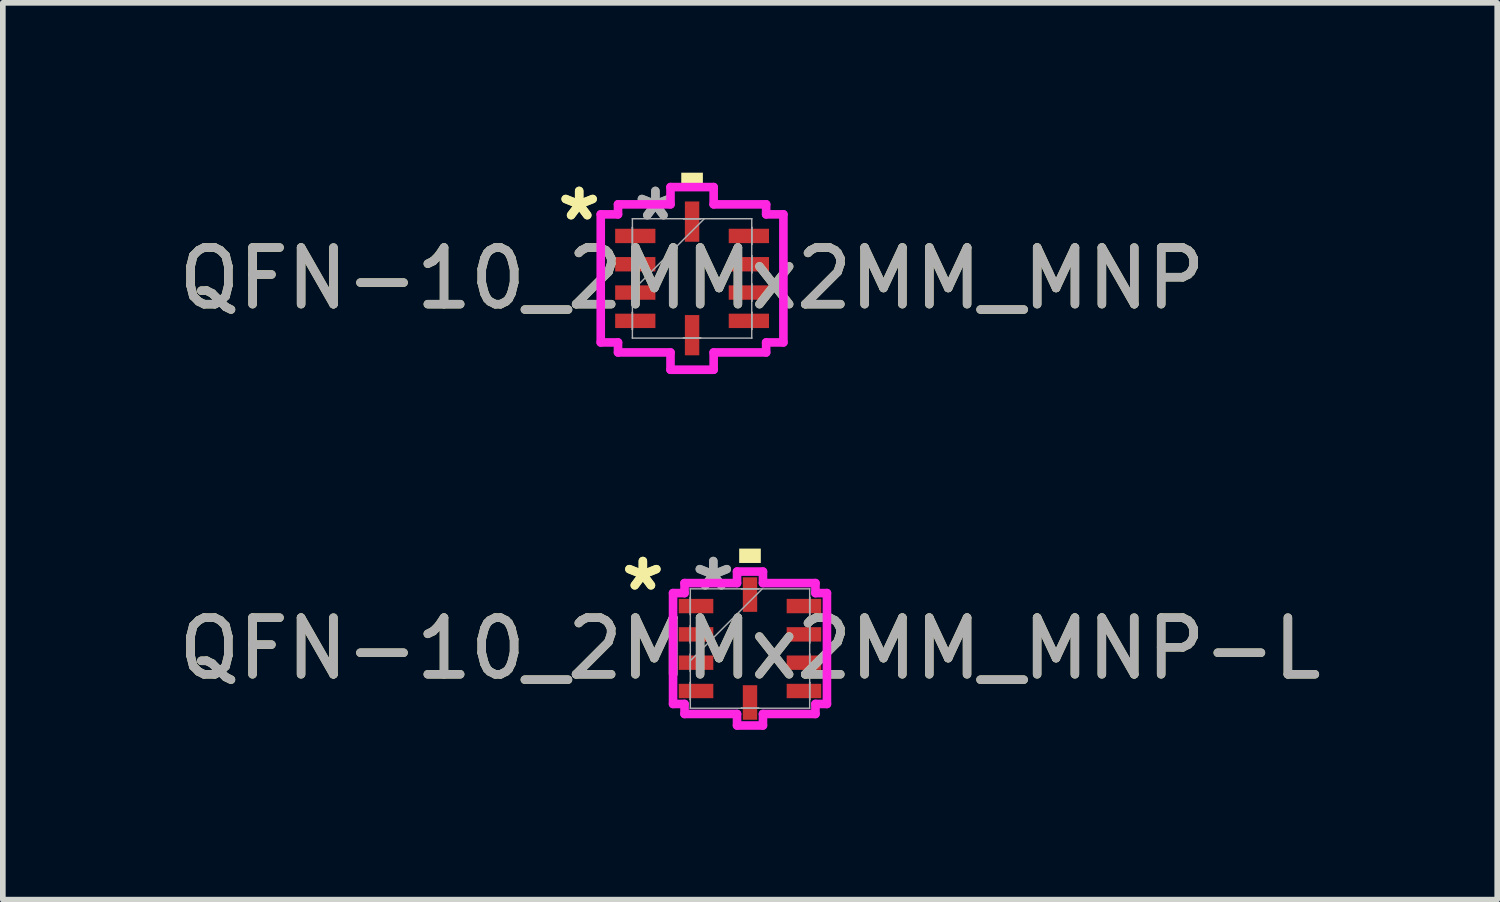
<source format=kicad_pcb>
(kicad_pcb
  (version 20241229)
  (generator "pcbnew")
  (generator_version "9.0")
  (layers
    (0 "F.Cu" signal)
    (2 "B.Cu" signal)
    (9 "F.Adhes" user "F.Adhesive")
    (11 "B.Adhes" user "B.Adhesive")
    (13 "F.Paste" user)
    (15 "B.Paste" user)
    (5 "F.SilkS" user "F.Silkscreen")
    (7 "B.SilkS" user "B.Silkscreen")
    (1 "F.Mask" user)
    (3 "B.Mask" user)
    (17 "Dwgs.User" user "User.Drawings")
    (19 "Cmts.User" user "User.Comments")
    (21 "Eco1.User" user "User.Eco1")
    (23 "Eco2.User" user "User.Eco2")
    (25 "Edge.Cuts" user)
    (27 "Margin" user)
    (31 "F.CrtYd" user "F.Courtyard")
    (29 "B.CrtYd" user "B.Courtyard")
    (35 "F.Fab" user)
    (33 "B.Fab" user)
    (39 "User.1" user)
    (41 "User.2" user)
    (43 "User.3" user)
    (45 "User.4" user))
  (footprint "QFN-10_2MMx2MM_MNP"
    (layer "F.Cu")
    (at 9.173 1.867)
    (property "Reference" "QFN-10_2MMx2MM_MNP" (at 0 0 0) (unlocked yes) (layer "F.SilkS") (effects (font (size 1 1) (thickness 0.15))))
    (attr smd)
    (fp_poly (pts (xy -0.191 -1.613) (xy -0.191 -1.867) (xy 0.191 -1.867) (xy 0.191 -1.613)) (stroke (width 0) (type solid)) (fill yes) (layer "F.SilkS"))
    (fp_line (start -1.613 -1.131) (end -1.308 -1.131) (stroke (width 0.152) (type solid)) (layer "F.CrtYd"))
    (fp_line (start -1.613 1.131) (end -1.613 -1.131) (stroke (width 0.152) (type solid)) (layer "F.CrtYd"))
    (fp_line (start -1.308 -1.308) (end -0.381 -1.308) (stroke (width 0.152) (type solid)) (layer "F.CrtYd"))
    (fp_line (start -1.308 -1.131) (end -1.308 -1.308) (stroke (width 0.152) (type solid)) (layer "F.CrtYd"))
    (fp_line (start -1.308 1.131) (end -1.613 1.131) (stroke (width 0.152) (type solid)) (layer "F.CrtYd"))
    (fp_line (start -1.308 1.308) (end -1.308 1.131) (stroke (width 0.152) (type solid)) (layer "F.CrtYd"))
    (fp_line (start -0.381 -1.613) (end 0.381 -1.613) (stroke (width 0.152) (type solid)) (layer "F.CrtYd"))
    (fp_line (start -0.381 -1.308) (end -0.381 -1.613) (stroke (width 0.152) (type solid)) (layer "F.CrtYd"))
    (fp_line (start -0.381 1.308) (end -1.308 1.308) (stroke (width 0.152) (type solid)) (layer "F.CrtYd"))
    (fp_line (start -0.381 1.613) (end -0.381 1.308) (stroke (width 0.152) (type solid)) (layer "F.CrtYd"))
    (fp_line (start 0.381 -1.613) (end 0.381 -1.308) (stroke (width 0.152) (type solid)) (layer "F.CrtYd"))
    (fp_line (start 0.381 -1.308) (end 1.308 -1.308) (stroke (width 0.152) (type solid)) (layer "F.CrtYd"))
    (fp_line (start 0.381 1.308) (end 0.381 1.613) (stroke (width 0.152) (type solid)) (layer "F.CrtYd"))
    (fp_line (start 0.381 1.613) (end -0.381 1.613) (stroke (width 0.152) (type solid)) (layer "F.CrtYd"))
    (fp_line (start 1.308 -1.308) (end 1.308 -1.131) (stroke (width 0.152) (type solid)) (layer "F.CrtYd"))
    (fp_line (start 1.308 -1.131) (end 1.613 -1.131) (stroke (width 0.152) (type solid)) (layer "F.CrtYd"))
    (fp_line (start 1.308 1.131) (end 1.308 1.308) (stroke (width 0.152) (type solid)) (layer "F.CrtYd"))
    (fp_line (start 1.308 1.308) (end 0.381 1.308) (stroke (width 0.152) (type solid)) (layer "F.CrtYd"))
    (fp_line (start 1.613 -1.131) (end 1.613 1.131) (stroke (width 0.152) (type solid)) (layer "F.CrtYd"))
    (fp_line (start 1.613 1.131) (end 1.308 1.131) (stroke (width 0.152) (type solid)) (layer "F.CrtYd"))
    (fp_line (start -1.054 -1.054) (end -1.054 -1.054) (stroke (width 0.025) (type solid)) (layer "F.Fab"))
    (fp_line (start -1.054 -1.054) (end -1.054 1.054) (stroke (width 0.025) (type solid)) (layer "F.Fab"))
    (fp_line (start -1.054 -0.902) (end -1.054 -0.902) (stroke (width 0.025) (type solid)) (layer "F.Fab"))
    (fp_line (start -1.054 -0.902) (end -1.054 -0.598) (stroke (width 0.025) (type solid)) (layer "F.Fab"))
    (fp_line (start -1.054 -0.598) (end -1.054 -0.902) (stroke (width 0.025) (type solid)) (layer "F.Fab"))
    (fp_line (start -1.054 -0.598) (end -1.054 -0.598) (stroke (width 0.025) (type solid)) (layer "F.Fab"))
    (fp_line (start -1.054 -0.402) (end -1.054 -0.402) (stroke (width 0.025) (type solid)) (layer "F.Fab"))
    (fp_line (start -1.054 -0.402) (end -1.054 -0.098) (stroke (width 0.025) (type solid)) (layer "F.Fab"))
    (fp_line (start -1.054 -0.098) (end -1.054 -0.402) (stroke (width 0.025) (type solid)) (layer "F.Fab"))
    (fp_line (start -1.054 -0.098) (end -1.054 -0.098) (stroke (width 0.025) (type solid)) (layer "F.Fab"))
    (fp_line (start -1.054 0.098) (end -1.054 0.098) (stroke (width 0.025) (type solid)) (layer "F.Fab"))
    (fp_line (start -1.054 0.098) (end -1.054 0.402) (stroke (width 0.025) (type solid)) (layer "F.Fab"))
    (fp_line (start -1.054 0.216) (end 0.216 -1.054) (stroke (width 0.025) (type solid)) (layer "F.Fab"))
    (fp_line (start -1.054 0.402) (end -1.054 0.098) (stroke (width 0.025) (type solid)) (layer "F.Fab"))
    (fp_line (start -1.054 0.402) (end -1.054 0.402) (stroke (width 0.025) (type solid)) (layer "F.Fab"))
    (fp_line (start -1.054 0.598) (end -1.054 0.598) (stroke (width 0.025) (type solid)) (layer "F.Fab"))
    (fp_line (start -1.054 0.598) (end -1.054 0.902) (stroke (width 0.025) (type solid)) (layer "F.Fab"))
    (fp_line (start -1.054 0.902) (end -1.054 0.598) (stroke (width 0.025) (type solid)) (layer "F.Fab"))
    (fp_line (start -1.054 0.902) (end -1.054 0.902) (stroke (width 0.025) (type solid)) (layer "F.Fab"))
    (fp_line (start -1.054 1.054) (end -1.054 1.054) (stroke (width 0.025) (type solid)) (layer "F.Fab"))
    (fp_line (start -1.054 1.054) (end 1.054 1.054) (stroke (width 0.025) (type solid)) (layer "F.Fab"))
    (fp_line (start -0.152 -1.054) (end -0.152 -1.054) (stroke (width 0.025) (type solid)) (layer "F.Fab"))
    (fp_line (start -0.152 -1.054) (end 0.152 -1.054) (stroke (width 0.025) (type solid)) (layer "F.Fab"))
    (fp_line (start -0.152 1.054) (end -0.152 1.054) (stroke (width 0.025) (type solid)) (layer "F.Fab"))
    (fp_line (start -0.152 1.054) (end 0.152 1.054) (stroke (width 0.025) (type solid)) (layer "F.Fab"))
    (fp_line (start 0.152 -1.054) (end -0.152 -1.054) (stroke (width 0.025) (type solid)) (layer "F.Fab"))
    (fp_line (start 0.152 -1.054) (end 0.152 -1.054) (stroke (width 0.025) (type solid)) (layer "F.Fab"))
    (fp_line (start 0.152 1.054) (end -0.152 1.054) (stroke (width 0.025) (type solid)) (layer "F.Fab"))
    (fp_line (start 0.152 1.054) (end 0.152 1.054) (stroke (width 0.025) (type solid)) (layer "F.Fab"))
    (fp_line (start 1.054 -1.054) (end -1.054 -1.054) (stroke (width 0.025) (type solid)) (layer "F.Fab"))
    (fp_line (start 1.054 -1.054) (end 1.054 -1.054) (stroke (width 0.025) (type solid)) (layer "F.Fab"))
    (fp_line (start 1.054 -0.902) (end 1.054 -0.902) (stroke (width 0.025) (type solid)) (layer "F.Fab"))
    (fp_line (start 1.054 -0.902) (end 1.054 -0.598) (stroke (width 0.025) (type solid)) (layer "F.Fab"))
    (fp_line (start 1.054 -0.598) (end 1.054 -0.902) (stroke (width 0.025) (type solid)) (layer "F.Fab"))
    (fp_line (start 1.054 -0.598) (end 1.054 -0.598) (stroke (width 0.025) (type solid)) (layer "F.Fab"))
    (fp_line (start 1.054 -0.402) (end 1.054 -0.402) (stroke (width 0.025) (type solid)) (layer "F.Fab"))
    (fp_line (start 1.054 -0.402) (end 1.054 -0.098) (stroke (width 0.025) (type solid)) (layer "F.Fab"))
    (fp_line (start 1.054 -0.098) (end 1.054 -0.402) (stroke (width 0.025) (type solid)) (layer "F.Fab"))
    (fp_line (start 1.054 -0.098) (end 1.054 -0.098) (stroke (width 0.025) (type solid)) (layer "F.Fab"))
    (fp_line (start 1.054 0.098) (end 1.054 0.098) (stroke (width 0.025) (type solid)) (layer "F.Fab"))
    (fp_line (start 1.054 0.098) (end 1.054 0.402) (stroke (width 0.025) (type solid)) (layer "F.Fab"))
    (fp_line (start 1.054 0.402) (end 1.054 0.098) (stroke (width 0.025) (type solid)) (layer "F.Fab"))
    (fp_line (start 1.054 0.402) (end 1.054 0.402) (stroke (width 0.025) (type solid)) (layer "F.Fab"))
    (fp_line (start 1.054 0.598) (end 1.054 0.598) (stroke (width 0.025) (type solid)) (layer "F.Fab"))
    (fp_line (start 1.054 0.598) (end 1.054 0.902) (stroke (width 0.025) (type solid)) (layer "F.Fab"))
    (fp_line (start 1.054 0.902) (end 1.054 0.598) (stroke (width 0.025) (type solid)) (layer "F.Fab"))
    (fp_line (start 1.054 0.902) (end 1.054 0.902) (stroke (width 0.025) (type solid)) (layer "F.Fab"))
    (fp_line (start 1.054 1.054) (end 1.054 -1.054) (stroke (width 0.025) (type solid)) (layer "F.Fab"))
    (fp_line (start 1.054 1.054) (end 1.054 1.054) (stroke (width 0.025) (type solid)) (layer "F.Fab"))
    (fp_text user "*" (at -1.994 -1 0) (layer "F.SilkS") (effects (font (size 1 1) (thickness 0.15))))
    (fp_text user "*" (at -1.994 -1 0) (unlocked yes) (layer "F.SilkS") (effects (font (size 1 1) (thickness 0.15))))
    (fp_text user "*" (at -0.648 -1 0) (layer "F.Fab") (effects (font (size 1 1) (thickness 0.15))))
    (fp_text user "*" (at -0.648 -1 0) (unlocked yes) (layer "F.Fab") (effects (font (size 1 1) (thickness 0.15))))
    (fp_text user "${REFERENCE}" (at 0 0 0) (unlocked yes) (layer "F.Fab") (effects (font (size 1 1) (thickness 0.15))))
    (pad "1" smd rect (at -1.003 -0.75 90) (size 0.254 0.711) (layers "F.Cu" "F.Mask" "F.Paste"))
    (pad "2" smd rect (at -1.003 -0.25 90) (size 0.254 0.711) (layers "F.Cu" "F.Mask" "F.Paste"))
    (pad "3" smd rect (at -1.003 0.25 90) (size 0.254 0.711) (layers "F.Cu" "F.Mask" "F.Paste"))
    (pad "4" smd rect (at -1.003 0.75 90) (size 0.254 0.711) (layers "F.Cu" "F.Mask" "F.Paste"))
    (pad "5" smd rect (at 0 1.003) (size 0.254 0.711) (layers "F.Cu" "F.Mask" "F.Paste"))
    (pad "6" smd rect (at 1.003 0.75 90) (size 0.254 0.711) (layers "F.Cu" "F.Mask" "F.Paste"))
    (pad "7" smd rect (at 1.003 0.25 90) (size 0.254 0.711) (layers "F.Cu" "F.Mask" "F.Paste"))
    (pad "8" smd rect (at 1.003 -0.25 90) (size 0.254 0.711) (layers "F.Cu" "F.Mask" "F.Paste"))
    (pad "9" smd rect (at 1.003 -0.75 90) (size 0.254 0.711) (layers "F.Cu" "F.Mask" "F.Paste"))
    (pad "10" smd rect (at 0 -1.003) (size 0.254 0.711) (layers "F.Cu" "F.Mask" "F.Paste")))
  (footprint "QFN-10_2MMx2MM_MNP-L"
    (layer "F.Cu")
    (at 10.196 8.404)
    (property "Reference" "QFN-10_2MMx2MM_MNP-L" (at 0 0 0) (unlocked yes) (layer "F.SilkS") (effects (font (size 1 1) (thickness 0.15))))
    (attr smd)
    (fp_poly (pts (xy -0.191 -1.511) (xy -0.191 -1.765) (xy 0.191 -1.765) (xy 0.191 -1.511)) (stroke (width 0) (type solid)) (fill yes) (layer "F.SilkS"))
    (fp_line (start -1.359 -0.979) (end -1.156 -0.979) (stroke (width 0.152) (type solid)) (layer "F.CrtYd"))
    (fp_line (start -1.359 0.979) (end -1.359 -0.979) (stroke (width 0.152) (type solid)) (layer "F.CrtYd"))
    (fp_line (start -1.156 -1.156) (end -0.229 -1.156) (stroke (width 0.152) (type solid)) (layer "F.CrtYd"))
    (fp_line (start -1.156 -0.979) (end -1.156 -1.156) (stroke (width 0.152) (type solid)) (layer "F.CrtYd"))
    (fp_line (start -1.156 0.979) (end -1.359 0.979) (stroke (width 0.152) (type solid)) (layer "F.CrtYd"))
    (fp_line (start -1.156 1.156) (end -1.156 0.979) (stroke (width 0.152) (type solid)) (layer "F.CrtYd"))
    (fp_line (start -0.229 -1.359) (end 0.229 -1.359) (stroke (width 0.152) (type solid)) (layer "F.CrtYd"))
    (fp_line (start -0.229 -1.156) (end -0.229 -1.359) (stroke (width 0.152) (type solid)) (layer "F.CrtYd"))
    (fp_line (start -0.229 1.156) (end -1.156 1.156) (stroke (width 0.152) (type solid)) (layer "F.CrtYd"))
    (fp_line (start -0.229 1.359) (end -0.229 1.156) (stroke (width 0.152) (type solid)) (layer "F.CrtYd"))
    (fp_line (start 0.229 -1.359) (end 0.229 -1.156) (stroke (width 0.152) (type solid)) (layer "F.CrtYd"))
    (fp_line (start 0.229 -1.156) (end 1.156 -1.156) (stroke (width 0.152) (type solid)) (layer "F.CrtYd"))
    (fp_line (start 0.229 1.156) (end 0.229 1.359) (stroke (width 0.152) (type solid)) (layer "F.CrtYd"))
    (fp_line (start 0.229 1.359) (end -0.229 1.359) (stroke (width 0.152) (type solid)) (layer "F.CrtYd"))
    (fp_line (start 1.156 -1.156) (end 1.156 -0.979) (stroke (width 0.152) (type solid)) (layer "F.CrtYd"))
    (fp_line (start 1.156 -0.979) (end 1.359 -0.979) (stroke (width 0.152) (type solid)) (layer "F.CrtYd"))
    (fp_line (start 1.156 0.979) (end 1.156 1.156) (stroke (width 0.152) (type solid)) (layer "F.CrtYd"))
    (fp_line (start 1.156 1.156) (end 0.229 1.156) (stroke (width 0.152) (type solid)) (layer "F.CrtYd"))
    (fp_line (start 1.359 -0.979) (end 1.359 0.979) (stroke (width 0.152) (type solid)) (layer "F.CrtYd"))
    (fp_line (start 1.359 0.979) (end 1.156 0.979) (stroke (width 0.152) (type solid)) (layer "F.CrtYd"))
    (fp_line (start -1.054 -1.054) (end -1.054 -1.054) (stroke (width 0.025) (type solid)) (layer "F.Fab"))
    (fp_line (start -1.054 -1.054) (end -1.054 1.054) (stroke (width 0.025) (type solid)) (layer "F.Fab"))
    (fp_line (start -1.054 -0.902) (end -1.054 -0.902) (stroke (width 0.025) (type solid)) (layer "F.Fab"))
    (fp_line (start -1.054 -0.902) (end -1.054 -0.598) (stroke (width 0.025) (type solid)) (layer "F.Fab"))
    (fp_line (start -1.054 -0.598) (end -1.054 -0.902) (stroke (width 0.025) (type solid)) (layer "F.Fab"))
    (fp_line (start -1.054 -0.598) (end -1.054 -0.598) (stroke (width 0.025) (type solid)) (layer "F.Fab"))
    (fp_line (start -1.054 -0.402) (end -1.054 -0.402) (stroke (width 0.025) (type solid)) (layer "F.Fab"))
    (fp_line (start -1.054 -0.402) (end -1.054 -0.098) (stroke (width 0.025) (type solid)) (layer "F.Fab"))
    (fp_line (start -1.054 -0.098) (end -1.054 -0.402) (stroke (width 0.025) (type solid)) (layer "F.Fab"))
    (fp_line (start -1.054 -0.098) (end -1.054 -0.098) (stroke (width 0.025) (type solid)) (layer "F.Fab"))
    (fp_line (start -1.054 0.098) (end -1.054 0.098) (stroke (width 0.025) (type solid)) (layer "F.Fab"))
    (fp_line (start -1.054 0.098) (end -1.054 0.402) (stroke (width 0.025) (type solid)) (layer "F.Fab"))
    (fp_line (start -1.054 0.216) (end 0.216 -1.054) (stroke (width 0.025) (type solid)) (layer "F.Fab"))
    (fp_line (start -1.054 0.402) (end -1.054 0.098) (stroke (width 0.025) (type solid)) (layer "F.Fab"))
    (fp_line (start -1.054 0.402) (end -1.054 0.402) (stroke (width 0.025) (type solid)) (layer "F.Fab"))
    (fp_line (start -1.054 0.598) (end -1.054 0.598) (stroke (width 0.025) (type solid)) (layer "F.Fab"))
    (fp_line (start -1.054 0.598) (end -1.054 0.902) (stroke (width 0.025) (type solid)) (layer "F.Fab"))
    (fp_line (start -1.054 0.902) (end -1.054 0.598) (stroke (width 0.025) (type solid)) (layer "F.Fab"))
    (fp_line (start -1.054 0.902) (end -1.054 0.902) (stroke (width 0.025) (type solid)) (layer "F.Fab"))
    (fp_line (start -1.054 1.054) (end -1.054 1.054) (stroke (width 0.025) (type solid)) (layer "F.Fab"))
    (fp_line (start -1.054 1.054) (end 1.054 1.054) (stroke (width 0.025) (type solid)) (layer "F.Fab"))
    (fp_line (start -0.152 -1.054) (end -0.152 -1.054) (stroke (width 0.025) (type solid)) (layer "F.Fab"))
    (fp_line (start -0.152 -1.054) (end 0.152 -1.054) (stroke (width 0.025) (type solid)) (layer "F.Fab"))
    (fp_line (start -0.152 1.054) (end -0.152 1.054) (stroke (width 0.025) (type solid)) (layer "F.Fab"))
    (fp_line (start -0.152 1.054) (end 0.152 1.054) (stroke (width 0.025) (type solid)) (layer "F.Fab"))
    (fp_line (start 0.152 -1.054) (end -0.152 -1.054) (stroke (width 0.025) (type solid)) (layer "F.Fab"))
    (fp_line (start 0.152 -1.054) (end 0.152 -1.054) (stroke (width 0.025) (type solid)) (layer "F.Fab"))
    (fp_line (start 0.152 1.054) (end -0.152 1.054) (stroke (width 0.025) (type solid)) (layer "F.Fab"))
    (fp_line (start 0.152 1.054) (end 0.152 1.054) (stroke (width 0.025) (type solid)) (layer "F.Fab"))
    (fp_line (start 1.054 -1.054) (end -1.054 -1.054) (stroke (width 0.025) (type solid)) (layer "F.Fab"))
    (fp_line (start 1.054 -1.054) (end 1.054 -1.054) (stroke (width 0.025) (type solid)) (layer "F.Fab"))
    (fp_line (start 1.054 -0.902) (end 1.054 -0.902) (stroke (width 0.025) (type solid)) (layer "F.Fab"))
    (fp_line (start 1.054 -0.902) (end 1.054 -0.598) (stroke (width 0.025) (type solid)) (layer "F.Fab"))
    (fp_line (start 1.054 -0.598) (end 1.054 -0.902) (stroke (width 0.025) (type solid)) (layer "F.Fab"))
    (fp_line (start 1.054 -0.598) (end 1.054 -0.598) (stroke (width 0.025) (type solid)) (layer "F.Fab"))
    (fp_line (start 1.054 -0.402) (end 1.054 -0.402) (stroke (width 0.025) (type solid)) (layer "F.Fab"))
    (fp_line (start 1.054 -0.402) (end 1.054 -0.098) (stroke (width 0.025) (type solid)) (layer "F.Fab"))
    (fp_line (start 1.054 -0.098) (end 1.054 -0.402) (stroke (width 0.025) (type solid)) (layer "F.Fab"))
    (fp_line (start 1.054 -0.098) (end 1.054 -0.098) (stroke (width 0.025) (type solid)) (layer "F.Fab"))
    (fp_line (start 1.054 0.098) (end 1.054 0.098) (stroke (width 0.025) (type solid)) (layer "F.Fab"))
    (fp_line (start 1.054 0.098) (end 1.054 0.402) (stroke (width 0.025) (type solid)) (layer "F.Fab"))
    (fp_line (start 1.054 0.402) (end 1.054 0.098) (stroke (width 0.025) (type solid)) (layer "F.Fab"))
    (fp_line (start 1.054 0.402) (end 1.054 0.402) (stroke (width 0.025) (type solid)) (layer "F.Fab"))
    (fp_line (start 1.054 0.598) (end 1.054 0.598) (stroke (width 0.025) (type solid)) (layer "F.Fab"))
    (fp_line (start 1.054 0.598) (end 1.054 0.902) (stroke (width 0.025) (type solid)) (layer "F.Fab"))
    (fp_line (start 1.054 0.902) (end 1.054 0.598) (stroke (width 0.025) (type solid)) (layer "F.Fab"))
    (fp_line (start 1.054 0.902) (end 1.054 0.902) (stroke (width 0.025) (type solid)) (layer "F.Fab"))
    (fp_line (start 1.054 1.054) (end 1.054 -1.054) (stroke (width 0.025) (type solid)) (layer "F.Fab"))
    (fp_line (start 1.054 1.054) (end 1.054 1.054) (stroke (width 0.025) (type solid)) (layer "F.Fab"))
    (fp_text user "*" (at -1.892 -1 0) (unlocked yes) (layer "F.SilkS") (effects (font (size 1 1) (thickness 0.15))))
    (fp_text user "*" (at -1.892 -1 0) (layer "F.SilkS") (effects (font (size 1 1) (thickness 0.15))))
    (fp_text user "*" (at -0.648 -1 0) (unlocked yes) (layer "F.Fab") (effects (font (size 1 1) (thickness 0.15))))
    (fp_text user "*" (at -0.648 -1 0) (layer "F.Fab") (effects (font (size 1 1) (thickness 0.15))))
    (fp_text user "${REFERENCE}" (at 0 0 0) (unlocked yes) (layer "F.Fab") (effects (font (size 1 1) (thickness 0.15))))
    (pad "1" smd rect (at -0.953 -0.75 90) (size 0.254 0.61) (layers "F.Cu" "F.Mask" "F.Paste"))
    (pad "2" smd rect (at -0.953 -0.25 90) (size 0.254 0.61) (layers "F.Cu" "F.Mask" "F.Paste"))
    (pad "3" smd rect (at -0.953 0.25 90) (size 0.254 0.61) (layers "F.Cu" "F.Mask" "F.Paste"))
    (pad "4" smd rect (at -0.953 0.75 90) (size 0.254 0.61) (layers "F.Cu" "F.Mask" "F.Paste"))
    (pad "5" smd rect (at 0 0.953) (size 0.254 0.61) (layers "F.Cu" "F.Mask" "F.Paste"))
    (pad "6" smd rect (at 0.953 0.75 90) (size 0.254 0.61) (layers "F.Cu" "F.Mask" "F.Paste"))
    (pad "7" smd rect (at 0.953 0.25 90) (size 0.254 0.61) (layers "F.Cu" "F.Mask" "F.Paste"))
    (pad "8" smd rect (at 0.953 -0.25 90) (size 0.254 0.61) (layers "F.Cu" "F.Mask" "F.Paste"))
    (pad "9" smd rect (at 0.953 -0.75 90) (size 0.254 0.61) (layers "F.Cu" "F.Mask" "F.Paste"))
    (pad "10" smd rect (at 0 -0.953) (size 0.254 0.61) (layers "F.Cu" "F.Mask" "F.Paste")))
  (gr_rect
    (start -3 -3)
    (end 23.393 12.839)
    (stroke (width 0.1) (type default))
    (fill no)
    (layer "Edge.Cuts")))
</source>
